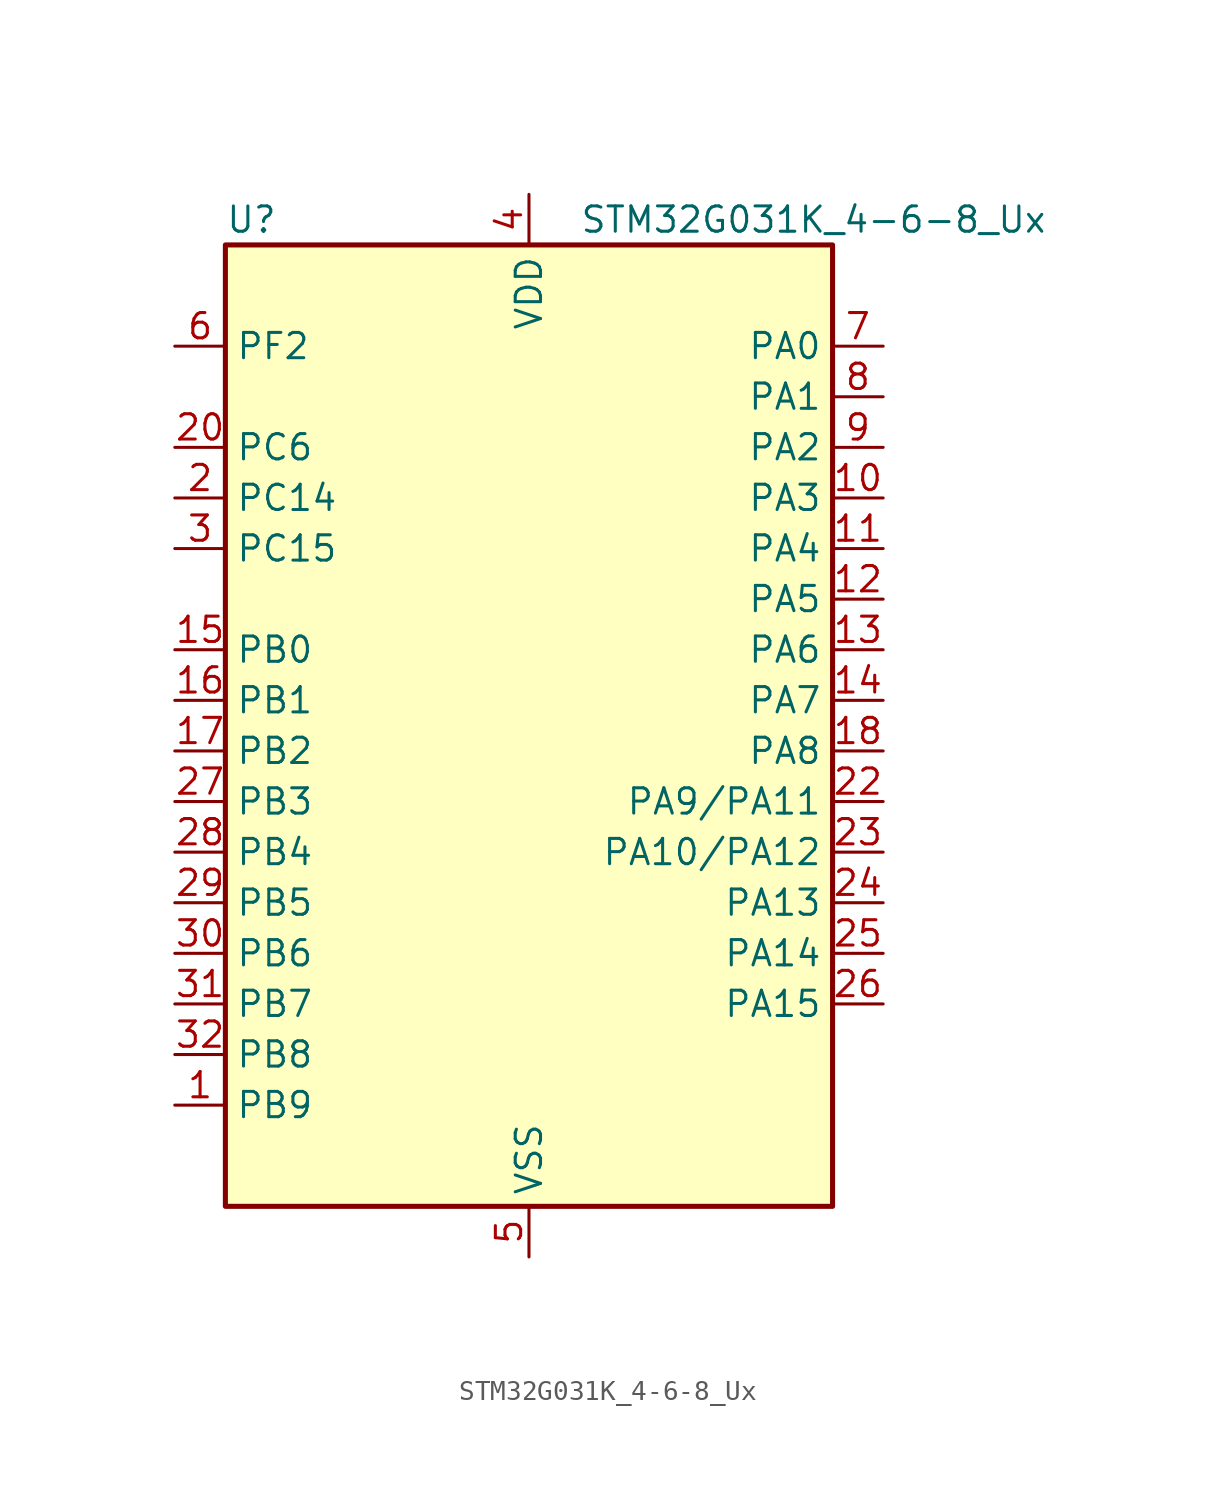
<source format=kicad_sym>
(kicad_symbol_lib
  (version 20241209)
  (generator "kicad_symbol_editor")
  (generator_version "9.0")
  (symbol "STM32G031K_4-6-8_Ux"
    (property "Reference" "U"
      (at -15.24 26.67 0)
      (effects (font (size 1.27 1.27)) (justify left)))
    (property "Value" "STM32G031K_4-6-8_Ux"
      (at 2.54 26.67 0)
      (effects (font (size 1.27 1.27)) (justify left)))
    (symbol "STM32G031K_4-6-8_Ux_0_1"
      (rectangle (start -15.24 -22.86) (end 15.24 25.4) (stroke (width 0.254) (type default)) (fill (type background))))
    (symbol "STM32G031K_4-6-8_Ux_1_1"
      (pin bidirectional line (at -17.78 20.32 0) (length 2.54) (name "PF2" (effects (font (size 1.27 1.27)))) (number "6" (effects (font (size 1.27 1.27)))) (alternate "RCC_MCO" bidirectional line))
      (pin bidirectional line (at -17.78 15.24 0) (length 2.54) (name "PC6" (effects (font (size 1.27 1.27)))) (number "20" (effects (font (size 1.27 1.27)))) (alternate "TIM2_CH3" bidirectional line) (alternate "TIM3_CH1" bidirectional line))
      (pin bidirectional line (at -17.78 12.7 0) (length 2.54) (name "PC14" (effects (font (size 1.27 1.27)))) (number "2" (effects (font (size 1.27 1.27)))) (alternate "RCC_OSC32_IN" bidirectional line) (alternate "RCC_OSC_IN" bidirectional line) (alternate "TIM1_BK2" bidirectional line))
      (pin bidirectional line (at -17.78 10.16 0) (length 2.54) (name "PC15" (effects (font (size 1.27 1.27)))) (number "3" (effects (font (size 1.27 1.27)))) (alternate "RCC_OSC32_EN" bidirectional line) (alternate "RCC_OSC32_OUT" bidirectional line) (alternate "RCC_OSC_EN" bidirectional line))
      (pin bidirectional line (at -17.78 5.08 0) (length 2.54) (name "PB0" (effects (font (size 1.27 1.27)))) (number "15" (effects (font (size 1.27 1.27)))) (alternate "ADC1_IN8" bidirectional line) (alternate "I2S1_WS" bidirectional line) (alternate "LPTIM1_OUT" bidirectional line) (alternate "SPI1_NSS" bidirectional line) (alternate "TIM1_CH2N" bidirectional line) (alternate "TIM3_CH3" bidirectional line))
      (pin bidirectional line (at -17.78 2.54 0) (length 2.54) (name "PB1" (effects (font (size 1.27 1.27)))) (number "16" (effects (font (size 1.27 1.27)))) (alternate "ADC1_IN9" bidirectional line) (alternate "LPTIM2_IN1" bidirectional line) (alternate "LPUART1_DE" bidirectional line) (alternate "LPUART1_RTS" bidirectional line) (alternate "TIM14_CH1" bidirectional line) (alternate "TIM1_CH3N" bidirectional line) (alternate "TIM3_CH4" bidirectional line))
      (pin bidirectional line (at -17.78 0 0) (length 2.54) (name "PB2" (effects (font (size 1.27 1.27)))) (number "17" (effects (font (size 1.27 1.27)))) (alternate "ADC1_IN10" bidirectional line) (alternate "LPTIM1_OUT" bidirectional line) (alternate "SPI2_MISO" bidirectional line))
      (pin bidirectional line (at -17.78 -2.54 0) (length 2.54) (name "PB3" (effects (font (size 1.27 1.27)))) (number "27" (effects (font (size 1.27 1.27)))) (alternate "I2S1_CK" bidirectional line) (alternate "SPI1_SCK" bidirectional line) (alternate "TIM1_CH2" bidirectional line) (alternate "TIM2_CH2" bidirectional line) (alternate "USART1_CK" bidirectional line) (alternate "USART1_DE" bidirectional line) (alternate "USART1_RTS" bidirectional line))
      (pin bidirectional line (at -17.78 -5.08 0) (length 2.54) (name "PB4" (effects (font (size 1.27 1.27)))) (number "28" (effects (font (size 1.27 1.27)))) (alternate "I2S1_MCK" bidirectional line) (alternate "SPI1_MISO" bidirectional line) (alternate "TIM17_BK" bidirectional line) (alternate "TIM3_CH1" bidirectional line) (alternate "USART1_CTS" bidirectional line) (alternate "USART1_NSS" bidirectional line))
      (pin bidirectional line (at -17.78 -7.62 0) (length 2.54) (name "PB5" (effects (font (size 1.27 1.27)))) (number "29" (effects (font (size 1.27 1.27)))) (alternate "I2C1_SMBA" bidirectional line) (alternate "I2S1_SD" bidirectional line) (alternate "LPTIM1_IN1" bidirectional line) (alternate "SPI1_MOSI" bidirectional line) (alternate "SYS_WKUP6" bidirectional line) (alternate "TIM16_BK" bidirectional line) (alternate "TIM3_CH2" bidirectional line))
      (pin bidirectional line (at -17.78 -10.16 0) (length 2.54) (name "PB6" (effects (font (size 1.27 1.27)))) (number "30" (effects (font (size 1.27 1.27)))) (alternate "I2C1_SCL" bidirectional line) (alternate "LPTIM1_ETR" bidirectional line) (alternate "SPI2_MISO" bidirectional line) (alternate "TIM16_CH1N" bidirectional line) (alternate "TIM1_CH3" bidirectional line) (alternate "USART1_TX" bidirectional line))
      (pin bidirectional line (at -17.78 -12.7 0) (length 2.54) (name "PB7" (effects (font (size 1.27 1.27)))) (number "31" (effects (font (size 1.27 1.27)))) (alternate "ADC1_IN11" bidirectional line) (alternate "I2C1_SDA" bidirectional line) (alternate "LPTIM1_IN2" bidirectional line) (alternate "SPI2_MOSI" bidirectional line) (alternate "SYS_PVD_IN" bidirectional line) (alternate "TIM17_CH1N" bidirectional line) (alternate "USART1_RX" bidirectional line))
      (pin bidirectional line (at -17.78 -15.24 0) (length 2.54) (name "PB8" (effects (font (size 1.27 1.27)))) (number "32" (effects (font (size 1.27 1.27)))) (alternate "I2C1_SCL" bidirectional line) (alternate "SPI2_SCK" bidirectional line) (alternate "TIM16_CH1" bidirectional line))
      (pin bidirectional line (at -17.78 -17.78 0) (length 2.54) (name "PB9" (effects (font (size 1.27 1.27)))) (number "1" (effects (font (size 1.27 1.27)))) (alternate "I2C1_SDA" bidirectional line) (alternate "IR_OUT" bidirectional line) (alternate "SPI2_NSS" bidirectional line) (alternate "TIM17_CH1" bidirectional line))
      (pin no_connect line (at -15.24 -20.32 0) (length 2.54) (hide yes) (name "NC/PA10" (effects (font (size 1.27 1.27)))) (number "21" (effects (font (size 1.27 1.27)))) (alternate "I2C1_SDA (PA10)" bidirectional line) (alternate "NC" bidirectional line) (alternate "PA10" bidirectional line) (alternate "SPI2_MOSI (PA10)" bidirectional line) (alternate "TIM17_BK (PA10)" bidirectional line) (alternate "TIM1_CH3 (PA10)" bidirectional line) (alternate "USART1_RX (PA10)" bidirectional line))
      (pin no_connect line (at -15.24 -22.86 0) (length 2.54) (hide yes) (name "NC/PA9" (effects (font (size 1.27 1.27)))) (number "19" (effects (font (size 1.27 1.27)))) (alternate "I2C1_SCL (PA9)" bidirectional line) (alternate "NC" bidirectional line) (alternate "PA9" bidirectional line) (alternate "RCC_MCO (PA9)" bidirectional line) (alternate "SPI2_MISO (PA9)" bidirectional line) (alternate "TIM1_CH2 (PA9)" bidirectional line) (alternate "USART1_TX (PA9)" bidirectional line))
      (pin power_in line (at 0 27.94 270) (length 2.54) (name "VDD" (effects (font (size 1.27 1.27)))) (number "4" (effects (font (size 1.27 1.27)))))
      (pin passive line (at 0 -25.4 90) (length 2.54) (hide yes) (name "VSS" (effects (font (size 1.27 1.27)))) (number "33" (effects (font (size 1.27 1.27)))))
      (pin power_in line (at 0 -25.4 90) (length 2.54) (name "VSS" (effects (font (size 1.27 1.27)))) (number "5" (effects (font (size 1.27 1.27)))))
      (pin bidirectional line (at 17.78 20.32 180) (length 2.54) (name "PA0" (effects (font (size 1.27 1.27)))) (number "7" (effects (font (size 1.27 1.27)))) (alternate "ADC1_IN0" bidirectional line) (alternate "LPTIM1_OUT" bidirectional line) (alternate "RTC_TAMP_IN2" bidirectional line) (alternate "SPI2_SCK" bidirectional line) (alternate "SYS_WKUP1" bidirectional line) (alternate "TIM2_CH1" bidirectional line) (alternate "TIM2_ETR" bidirectional line) (alternate "USART2_CTS" bidirectional line) (alternate "USART2_NSS" bidirectional line))
      (pin bidirectional line (at 17.78 17.78 180) (length 2.54) (name "PA1" (effects (font (size 1.27 1.27)))) (number "8" (effects (font (size 1.27 1.27)))) (alternate "ADC1_IN1" bidirectional line) (alternate "I2C1_SMBA" bidirectional line) (alternate "I2S1_CK" bidirectional line) (alternate "SPI1_SCK" bidirectional line) (alternate "TIM2_CH2" bidirectional line) (alternate "USART2_CK" bidirectional line) (alternate "USART2_DE" bidirectional line) (alternate "USART2_RTS" bidirectional line))
      (pin bidirectional line (at 17.78 15.24 180) (length 2.54) (name "PA2" (effects (font (size 1.27 1.27)))) (number "9" (effects (font (size 1.27 1.27)))) (alternate "ADC1_IN2" bidirectional line) (alternate "I2S1_SD" bidirectional line) (alternate "LPUART1_TX" bidirectional line) (alternate "RCC_LSCO" bidirectional line) (alternate "SPI1_MOSI" bidirectional line) (alternate "SYS_WKUP4" bidirectional line) (alternate "TIM2_CH3" bidirectional line) (alternate "USART2_TX" bidirectional line))
      (pin bidirectional line (at 17.78 12.7 180) (length 2.54) (name "PA3" (effects (font (size 1.27 1.27)))) (number "10" (effects (font (size 1.27 1.27)))) (alternate "ADC1_IN3" bidirectional line) (alternate "LPUART1_RX" bidirectional line) (alternate "SPI2_MISO" bidirectional line) (alternate "TIM2_CH4" bidirectional line) (alternate "USART2_RX" bidirectional line))
      (pin bidirectional line (at 17.78 10.16 180) (length 2.54) (name "PA4" (effects (font (size 1.27 1.27)))) (number "11" (effects (font (size 1.27 1.27)))) (alternate "ADC1_IN4" bidirectional line) (alternate "I2S1_WS" bidirectional line) (alternate "LPTIM2_OUT" bidirectional line) (alternate "RTC_OUT_ALARM" bidirectional line) (alternate "RTC_OUT_CALIB" bidirectional line) (alternate "RTC_TAMP_IN1" bidirectional line) (alternate "RTC_TS" bidirectional line) (alternate "SPI1_NSS" bidirectional line) (alternate "SPI2_MOSI" bidirectional line) (alternate "SYS_WKUP2" bidirectional line) (alternate "TIM14_CH1" bidirectional line))
      (pin bidirectional line (at 17.78 7.62 180) (length 2.54) (name "PA5" (effects (font (size 1.27 1.27)))) (number "12" (effects (font (size 1.27 1.27)))) (alternate "ADC1_IN5" bidirectional line) (alternate "I2S1_CK" bidirectional line) (alternate "LPTIM2_ETR" bidirectional line) (alternate "SPI1_SCK" bidirectional line) (alternate "TIM2_CH1" bidirectional line) (alternate "TIM2_ETR" bidirectional line))
      (pin bidirectional line (at 17.78 5.08 180) (length 2.54) (name "PA6" (effects (font (size 1.27 1.27)))) (number "13" (effects (font (size 1.27 1.27)))) (alternate "ADC1_IN6" bidirectional line) (alternate "I2S1_MCK" bidirectional line) (alternate "LPUART1_CTS" bidirectional line) (alternate "SPI1_MISO" bidirectional line) (alternate "TIM16_CH1" bidirectional line) (alternate "TIM1_BK" bidirectional line) (alternate "TIM3_CH1" bidirectional line))
      (pin bidirectional line (at 17.78 2.54 180) (length 2.54) (name "PA7" (effects (font (size 1.27 1.27)))) (number "14" (effects (font (size 1.27 1.27)))) (alternate "ADC1_IN7" bidirectional line) (alternate "I2S1_SD" bidirectional line) (alternate "SPI1_MOSI" bidirectional line) (alternate "TIM14_CH1" bidirectional line) (alternate "TIM17_CH1" bidirectional line) (alternate "TIM1_CH1N" bidirectional line) (alternate "TIM3_CH2" bidirectional line))
      (pin bidirectional line (at 17.78 0 180) (length 2.54) (name "PA8" (effects (font (size 1.27 1.27)))) (number "18" (effects (font (size 1.27 1.27)))) (alternate "LPTIM2_OUT" bidirectional line) (alternate "RCC_MCO" bidirectional line) (alternate "SPI2_NSS" bidirectional line) (alternate "TIM1_CH1" bidirectional line))
      (pin bidirectional line (at 17.78 -2.54 180) (length 2.54) (name "PA9/PA11" (effects (font (size 1.27 1.27)))) (number "22" (effects (font (size 1.27 1.27)))) (alternate "ADC1_EXTI11 (PA11)" bidirectional line) (alternate "ADC1_IN15 (PA11)" bidirectional line) (alternate "I2C1_SCL (PA9)" bidirectional line) (alternate "I2C2_SCL (PA11)" bidirectional line) (alternate "I2S1_MCK (PA11)" bidirectional line) (alternate "PA11" bidirectional line) (alternate "PA9" bidirectional line) (alternate "RCC_MCO (PA9)" bidirectional line) (alternate "SPI1_MISO (PA11)" bidirectional line) (alternate "SPI2_MISO (PA9)" bidirectional line) (alternate "TIM1_BK2 (PA11)" bidirectional line) (alternate "TIM1_CH2 (PA9)" bidirectional line) (alternate "TIM1_CH4 (PA11)" bidirectional line) (alternate "USART1_CTS (PA11)" bidirectional line) (alternate "USART1_NSS (PA11)" bidirectional line) (alternate "USART1_TX (PA9)" bidirectional line))
      (pin bidirectional line (at 17.78 -5.08 180) (length 2.54) (name "PA10/PA12" (effects (font (size 1.27 1.27)))) (number "23" (effects (font (size 1.27 1.27)))) (alternate "ADC1_IN16 (PA12)" bidirectional line) (alternate "I2C1_SDA (PA10)" bidirectional line) (alternate "I2C2_SDA (PA12)" bidirectional line) (alternate "I2S1_SD (PA12)" bidirectional line) (alternate "I2S_CKIN (PA12)" bidirectional line) (alternate "PA10" bidirectional line) (alternate "PA12" bidirectional line) (alternate "SPI1_MOSI (PA12)" bidirectional line) (alternate "SPI2_MOSI (PA10)" bidirectional line) (alternate "TIM17_BK (PA10)" bidirectional line) (alternate "TIM1_CH3 (PA10)" bidirectional line) (alternate "TIM1_ETR (PA12)" bidirectional line) (alternate "USART1_CK (PA12)" bidirectional line) (alternate "USART1_DE (PA12)" bidirectional line) (alternate "USART1_RTS (PA12)" bidirectional line) (alternate "USART1_RX (PA10)" bidirectional line))
      (pin bidirectional line (at 17.78 -7.62 180) (length 2.54) (name "PA13" (effects (font (size 1.27 1.27)))) (number "24" (effects (font (size 1.27 1.27)))) (alternate "ADC1_IN17" bidirectional line) (alternate "IR_OUT" bidirectional line) (alternate "SYS_SWDIO" bidirectional line))
      (pin bidirectional line (at 17.78 -10.16 180) (length 2.54) (name "PA14" (effects (font (size 1.27 1.27)))) (number "25" (effects (font (size 1.27 1.27)))) (alternate "ADC1_IN18" bidirectional line) (alternate "SYS_SWCLK" bidirectional line) (alternate "USART2_TX" bidirectional line))
      (pin bidirectional line (at 17.78 -12.7 180) (length 2.54) (name "PA15" (effects (font (size 1.27 1.27)))) (number "26" (effects (font (size 1.27 1.27)))) (alternate "I2S1_WS" bidirectional line) (alternate "SPI1_NSS" bidirectional line) (alternate "TIM2_CH1" bidirectional line) (alternate "TIM2_ETR" bidirectional line) (alternate "USART2_RX" bidirectional line)))))
</source>
